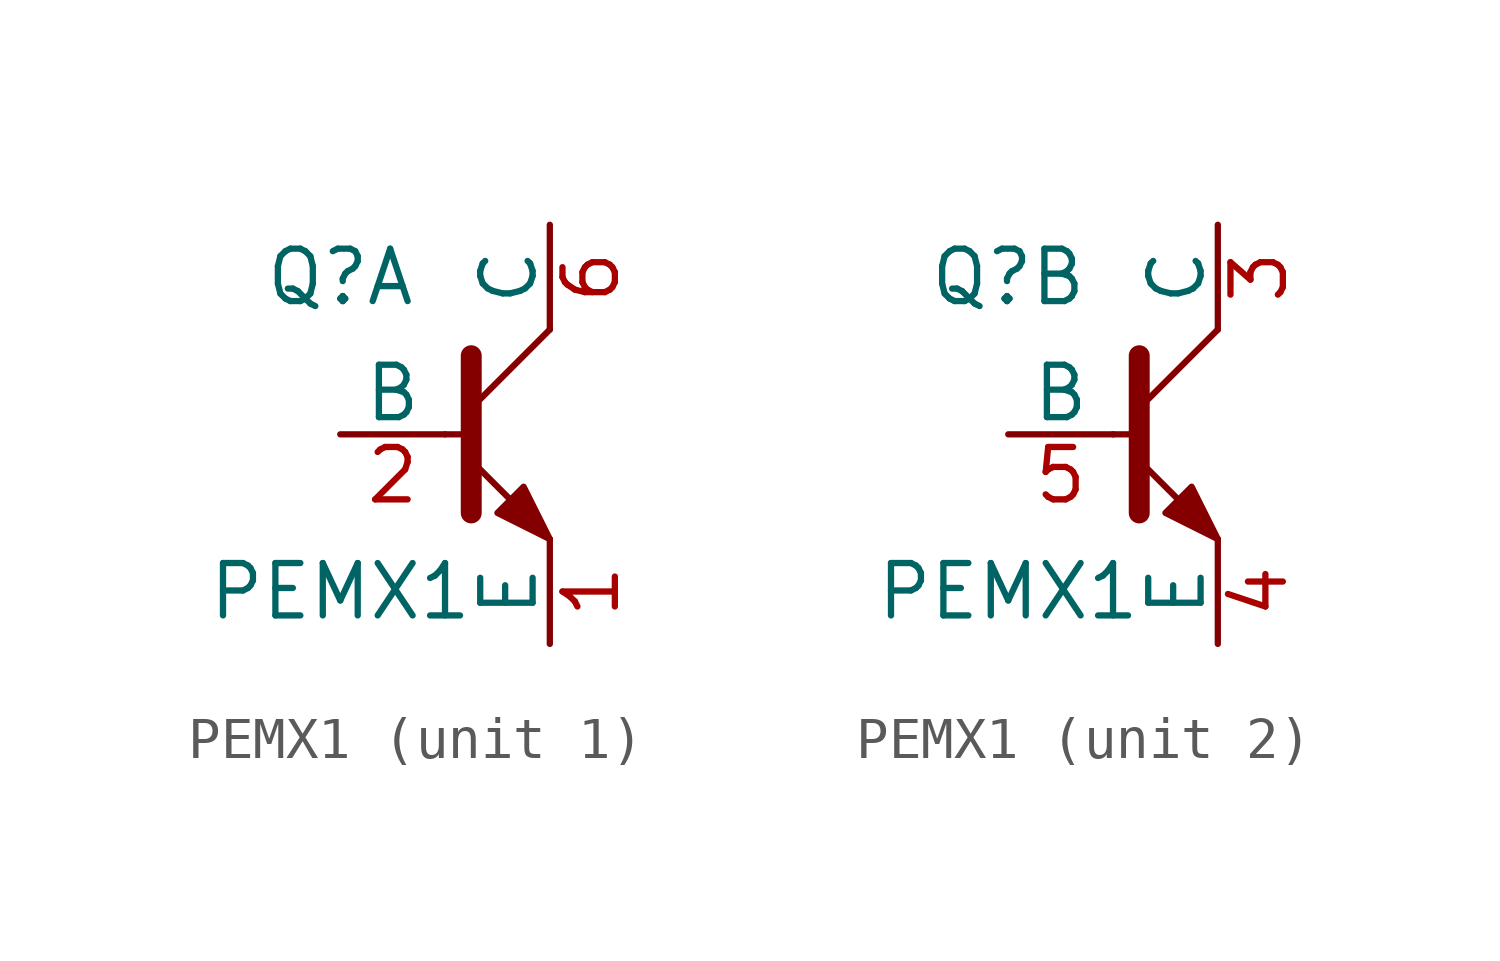
<source format=kicad_sym>
(kicad_symbol_lib
  (version 20241209)
  (generator "kicad_symbol_editor")
  (generator_version "9.0")
  (symbol "PEMX1"
    (pin_names
      (offset 0))
    (property "Reference" "Q"
      (at -3.81 3.81 0)
      (effects (font (size 1.27 1.27))))
    (property "Value" "PEMX1"
      (at -3.81 -3.81 0)
      (effects (font (size 1.27 1.27))))
    (symbol "PEMX1_0_1"
      (polyline (pts (xy -1.27 0) (xy -0.635 0)) (stroke (width 0) (type solid)) (fill (type none)))
      (polyline (pts (xy -0.635 1.905) (xy -0.635 -1.905)) (stroke (width 0.508) (type solid)) (fill (type none)))
      (polyline (pts (xy -0.635 0.635) (xy 1.27 2.54)) (stroke (width 0) (type solid)) (fill (type none)))
      (polyline (pts (xy 0 -1.905) (xy 0.635 -1.27) (xy 1.27 -2.54) (xy 0 -1.905)) (stroke (width 0) (type solid)) (fill (type outline)))
      (polyline (pts (xy 1.27 -2.54) (xy -0.635 -0.635)) (stroke (width 0) (type solid)) (fill (type none))))
    (symbol "PEMX1_1_1"
      (pin input line (at -3.81 0 0) (length 2.54) (name "B" (effects (font (size 1.27 1.27)))) (number "2" (effects (font (size 1.27 1.27)))))
      (pin passive line (at 1.27 5.08 270) (length 2.54) (name "C" (effects (font (size 1.27 1.27)))) (number "6" (effects (font (size 1.27 1.27)))))
      (pin passive line (at 1.27 -5.08 90) (length 2.54) (name "E" (effects (font (size 1.27 1.27)))) (number "1" (effects (font (size 1.27 1.27))))))
    (symbol "PEMX1_2_1"
      (pin input line (at -3.81 0 0) (length 2.54) (name "B" (effects (font (size 1.27 1.27)))) (number "5" (effects (font (size 1.27 1.27)))))
      (pin passive line (at 1.27 5.08 270) (length 2.54) (name "C" (effects (font (size 1.27 1.27)))) (number "3" (effects (font (size 1.27 1.27)))))
      (pin passive line (at 1.27 -5.08 90) (length 2.54) (name "E" (effects (font (size 1.27 1.27)))) (number "4" (effects (font (size 1.27 1.27))))))))
</source>
